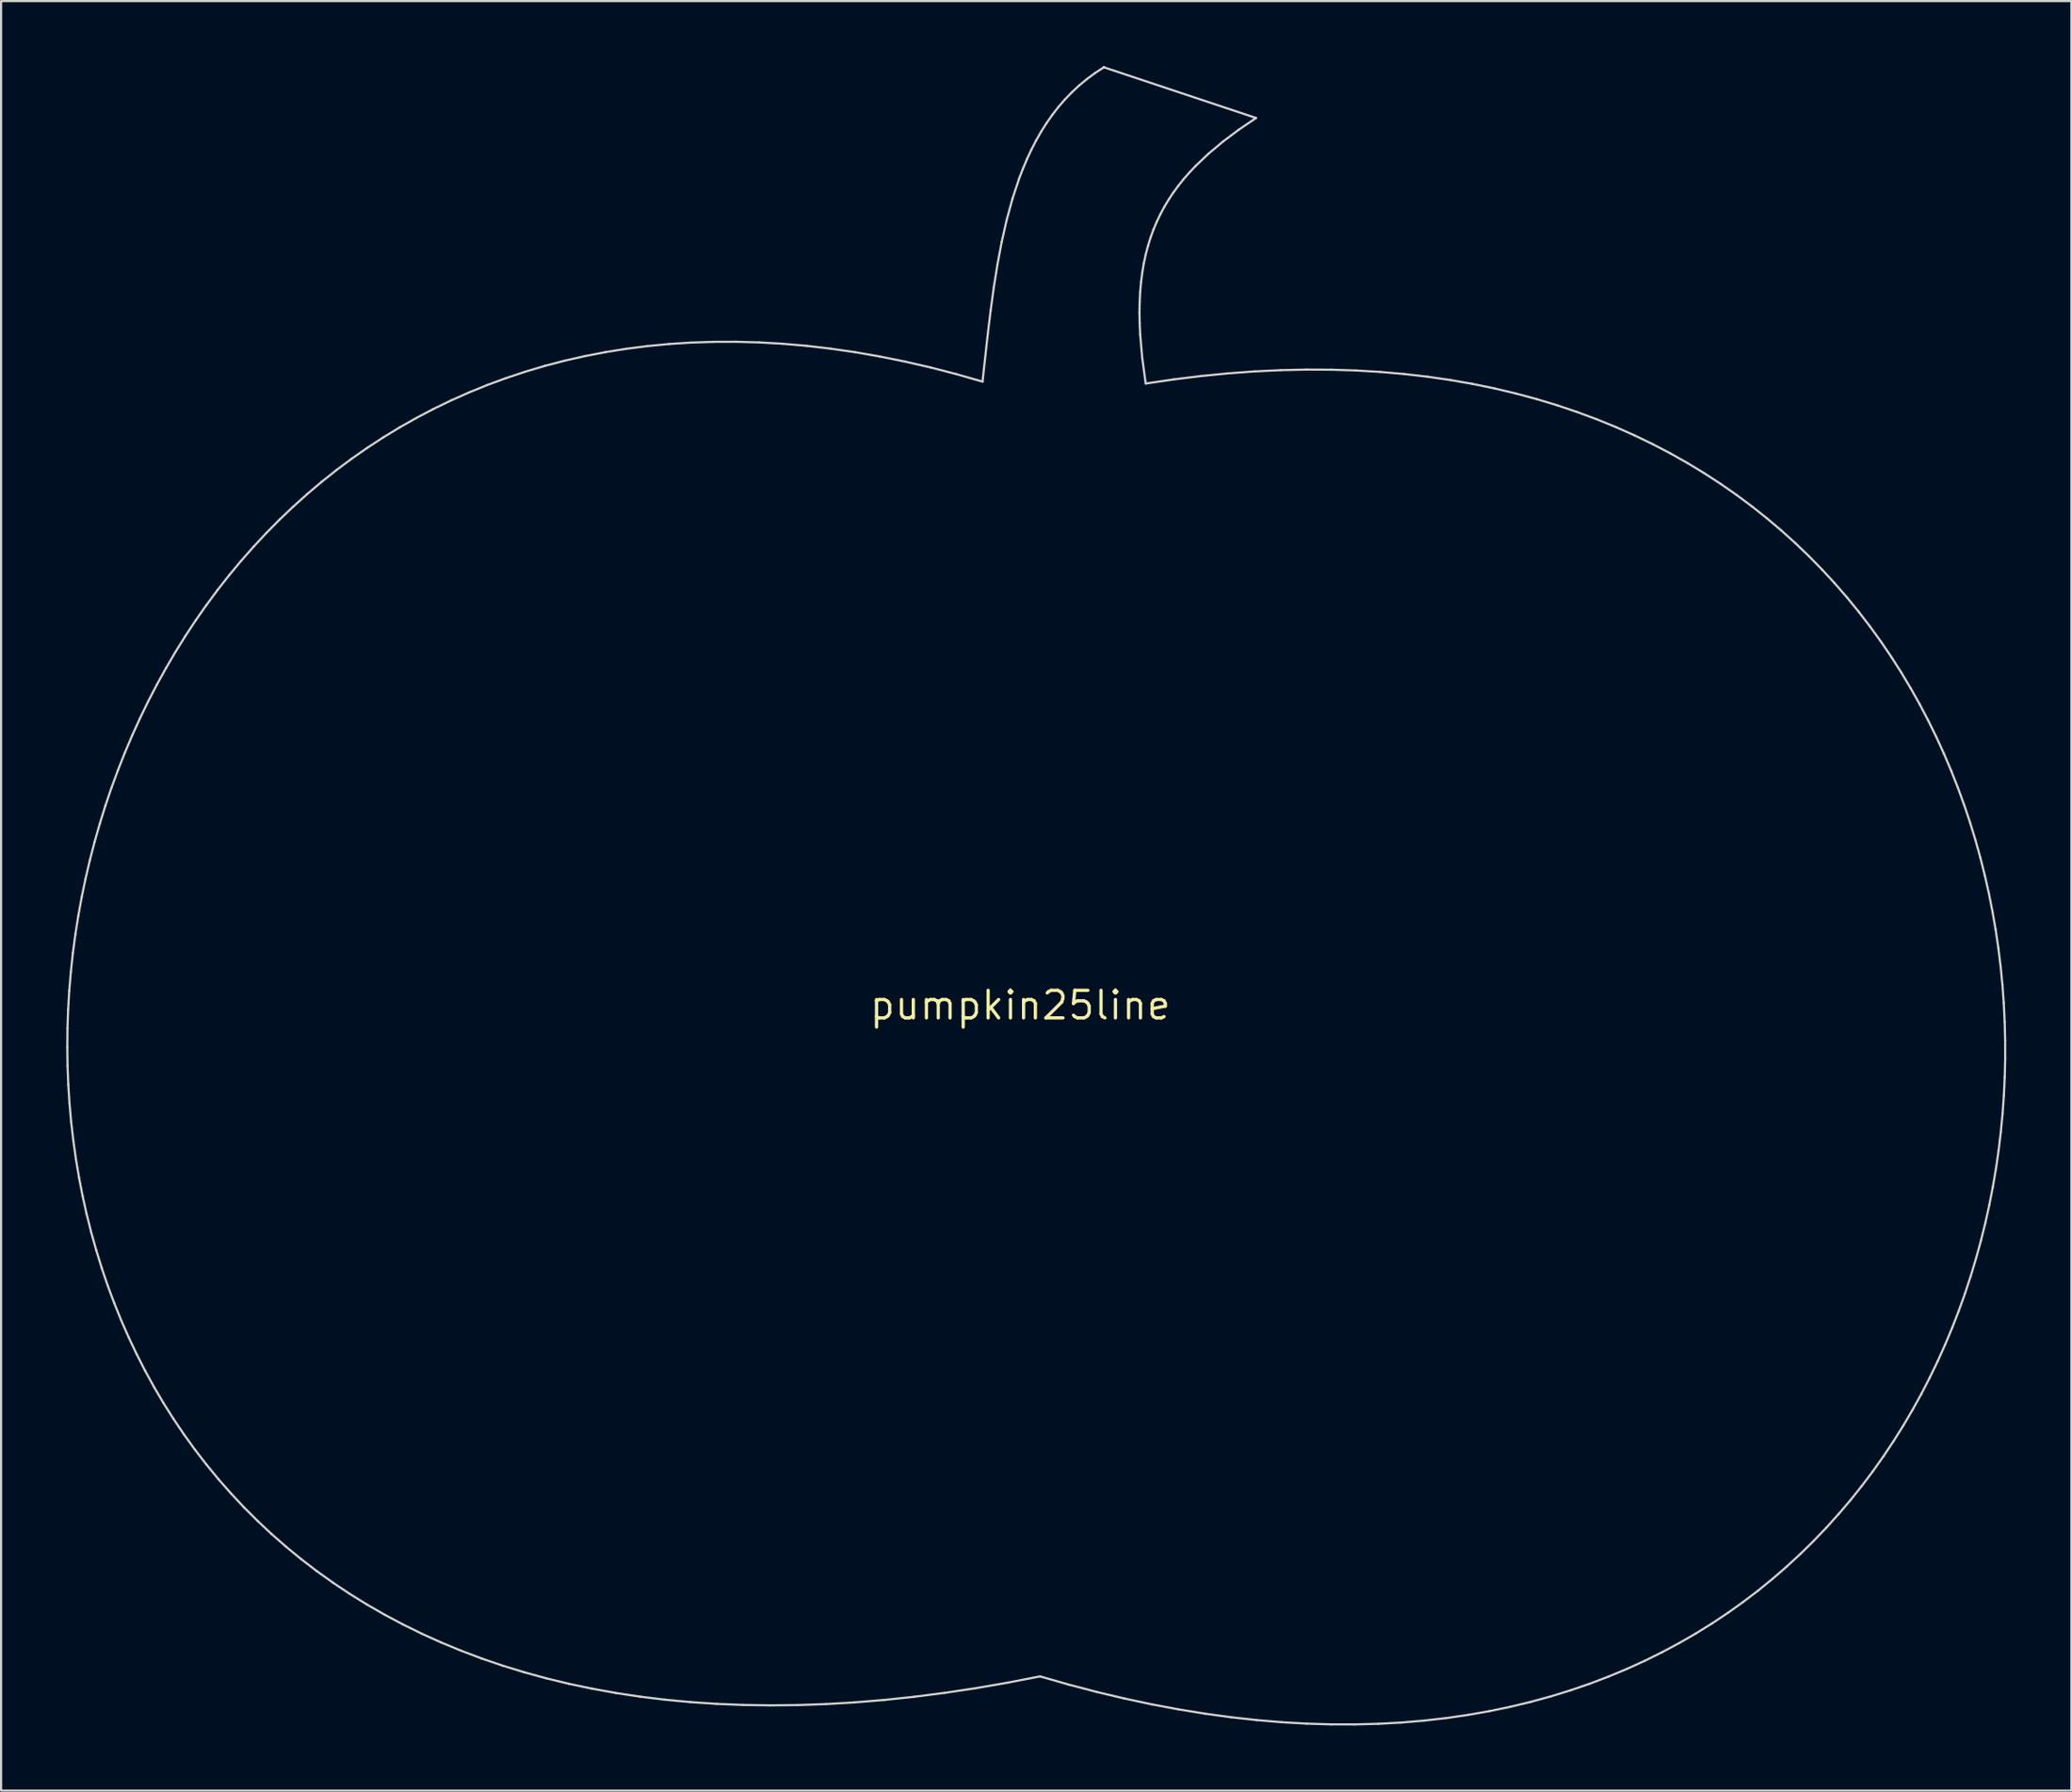
<source format=kicad_pcb>
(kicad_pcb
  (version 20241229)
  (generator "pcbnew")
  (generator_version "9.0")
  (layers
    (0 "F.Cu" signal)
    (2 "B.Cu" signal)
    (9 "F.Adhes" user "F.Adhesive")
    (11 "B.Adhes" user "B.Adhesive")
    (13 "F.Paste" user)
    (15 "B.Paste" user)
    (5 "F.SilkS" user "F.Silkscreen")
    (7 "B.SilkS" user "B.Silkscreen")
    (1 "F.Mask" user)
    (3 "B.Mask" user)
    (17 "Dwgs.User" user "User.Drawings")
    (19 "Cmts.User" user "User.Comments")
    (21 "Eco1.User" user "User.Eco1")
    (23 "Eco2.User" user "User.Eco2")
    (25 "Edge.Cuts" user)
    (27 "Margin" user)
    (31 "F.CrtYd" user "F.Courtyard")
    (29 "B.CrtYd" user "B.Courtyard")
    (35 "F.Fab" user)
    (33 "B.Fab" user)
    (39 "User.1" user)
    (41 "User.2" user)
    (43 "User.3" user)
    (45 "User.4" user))
  (footprint "pumpkin25line"
    (layer "F.Cu")
    (at 43.953 43.276)
    (property "Reference" "pumpkin25line" (at 0 0 0) (layer "F.SilkS") (effects (font (size 1.27 1.27) (thickness 0.15))))
    (attr through_hole)
    (fp_line (start -43.903 1.925) (end -43.891 2.791) (stroke (width 0.1) (type solid)) (layer "Edge.Cuts"))
    (fp_line (start -43.894 1.058) (end -43.903 1.925) (stroke (width 0.1) (type solid)) (layer "Edge.Cuts"))
    (fp_line (start -43.891 2.791) (end -43.857 3.656) (stroke (width 0.1) (type solid)) (layer "Edge.Cuts"))
    (fp_line (start -43.864 0.19) (end -43.894 1.058) (stroke (width 0.1) (type solid)) (layer "Edge.Cuts"))
    (fp_line (start -43.857 3.656) (end -43.801 4.519) (stroke (width 0.1) (type solid)) (layer "Edge.Cuts"))
    (fp_line (start -43.812 -0.676) (end -43.864 0.19) (stroke (width 0.1) (type solid)) (layer "Edge.Cuts"))
    (fp_line (start -43.801 4.519) (end -43.724 5.38) (stroke (width 0.1) (type solid)) (layer "Edge.Cuts"))
    (fp_line (start -43.739 -1.542) (end -43.812 -0.676) (stroke (width 0.1) (type solid)) (layer "Edge.Cuts"))
    (fp_line (start -43.724 5.38) (end -43.625 6.237) (stroke (width 0.1) (type solid)) (layer "Edge.Cuts"))
    (fp_line (start -43.646 -2.406) (end -43.739 -1.542) (stroke (width 0.1) (type solid)) (layer "Edge.Cuts"))
    (fp_line (start -43.625 6.237) (end -43.505 7.091) (stroke (width 0.1) (type solid)) (layer "Edge.Cuts"))
    (fp_line (start -43.531 -3.268) (end -43.646 -2.406) (stroke (width 0.1) (type solid)) (layer "Edge.Cuts"))
    (fp_line (start -43.505 7.091) (end -43.362 7.941) (stroke (width 0.1) (type solid)) (layer "Edge.Cuts"))
    (fp_line (start -43.395 -4.127) (end -43.531 -3.268) (stroke (width 0.1) (type solid)) (layer "Edge.Cuts"))
    (fp_line (start -43.362 7.941) (end -43.198 8.785) (stroke (width 0.1) (type solid)) (layer "Edge.Cuts"))
    (fp_line (start -43.239 -4.983) (end -43.395 -4.127) (stroke (width 0.1) (type solid)) (layer "Edge.Cuts"))
    (fp_line (start -43.198 8.785) (end -43.011 9.625) (stroke (width 0.1) (type solid)) (layer "Edge.Cuts"))
    (fp_line (start -43.062 -5.835) (end -43.239 -4.983) (stroke (width 0.1) (type solid)) (layer "Edge.Cuts"))
    (fp_line (start -43.011 9.625) (end -42.802 10.458) (stroke (width 0.1) (type solid)) (layer "Edge.Cuts"))
    (fp_line (start -42.865 -6.682) (end -43.062 -5.835) (stroke (width 0.1) (type solid)) (layer "Edge.Cuts"))
    (fp_line (start -42.802 10.458) (end -42.57 11.285) (stroke (width 0.1) (type solid)) (layer "Edge.Cuts"))
    (fp_line (start -42.647 -7.524) (end -42.865 -6.682) (stroke (width 0.1) (type solid)) (layer "Edge.Cuts"))
    (fp_line (start -42.57 11.285) (end -42.317 12.104) (stroke (width 0.1) (type solid)) (layer "Edge.Cuts"))
    (fp_line (start -42.408 -8.361) (end -42.647 -7.524) (stroke (width 0.1) (type solid)) (layer "Edge.Cuts"))
    (fp_line (start -42.317 12.104) (end -42.041 12.916) (stroke (width 0.1) (type solid)) (layer "Edge.Cuts"))
    (fp_line (start -42.15 -9.191) (end -42.408 -8.361) (stroke (width 0.1) (type solid)) (layer "Edge.Cuts"))
    (fp_line (start -42.041 12.916) (end -41.742 13.719) (stroke (width 0.1) (type solid)) (layer "Edge.Cuts"))
    (fp_line (start -41.871 -10.014) (end -42.15 -9.191) (stroke (width 0.1) (type solid)) (layer "Edge.Cuts"))
    (fp_line (start -41.742 13.719) (end -41.421 14.514) (stroke (width 0.1) (type solid)) (layer "Edge.Cuts"))
    (fp_line (start -41.571 -10.83) (end -41.871 -10.014) (stroke (width 0.1) (type solid)) (layer "Edge.Cuts"))
    (fp_line (start -41.421 14.514) (end -41.076 15.298) (stroke (width 0.1) (type solid)) (layer "Edge.Cuts"))
    (fp_line (start -41.252 -11.637) (end -41.571 -10.83) (stroke (width 0.1) (type solid)) (layer "Edge.Cuts"))
    (fp_line (start -41.076 15.298) (end -40.709 16.073) (stroke (width 0.1) (type solid)) (layer "Edge.Cuts"))
    (fp_line (start -40.913 -12.436) (end -41.252 -11.637) (stroke (width 0.1) (type solid)) (layer "Edge.Cuts"))
    (fp_line (start -40.709 16.073) (end -40.32 16.837) (stroke (width 0.1) (type solid)) (layer "Edge.Cuts"))
    (fp_line (start -40.554 -13.226) (end -40.913 -12.436) (stroke (width 0.1) (type solid)) (layer "Edge.Cuts"))
    (fp_line (start -40.32 16.837) (end -39.907 17.59) (stroke (width 0.1) (type solid)) (layer "Edge.Cuts"))
    (fp_line (start -40.176 -14.006) (end -40.554 -13.226) (stroke (width 0.1) (type solid)) (layer "Edge.Cuts"))
    (fp_line (start -39.907 17.59) (end -39.471 18.331) (stroke (width 0.1) (type solid)) (layer "Edge.Cuts"))
    (fp_line (start -39.777 -14.775) (end -40.176 -14.006) (stroke (width 0.1) (type solid)) (layer "Edge.Cuts"))
    (fp_line (start -39.471 18.331) (end -39.011 19.059) (stroke (width 0.1) (type solid)) (layer "Edge.Cuts"))
    (fp_line (start -39.359 -15.533) (end -39.777 -14.775) (stroke (width 0.1) (type solid)) (layer "Edge.Cuts"))
    (fp_line (start -39.011 19.059) (end -38.529 19.774) (stroke (width 0.1) (type solid)) (layer "Edge.Cuts"))
    (fp_line (start -38.922 -16.28) (end -39.359 -15.533) (stroke (width 0.1) (type solid)) (layer "Edge.Cuts"))
    (fp_line (start -38.529 19.774) (end -38.023 20.476) (stroke (width 0.1) (type solid)) (layer "Edge.Cuts"))
    (fp_line (start -38.465 -17.015) (end -38.922 -16.28) (stroke (width 0.1) (type solid)) (layer "Edge.Cuts"))
    (fp_line (start -38.023 20.476) (end -37.494 21.163) (stroke (width 0.1) (type solid)) (layer "Edge.Cuts"))
    (fp_line (start -37.989 -17.737) (end -38.465 -17.015) (stroke (width 0.1) (type solid)) (layer "Edge.Cuts"))
    (fp_line (start -37.494 21.163) (end -36.941 21.836) (stroke (width 0.1) (type solid)) (layer "Edge.Cuts"))
    (fp_line (start -37.493 -18.445) (end -37.989 -17.737) (stroke (width 0.1) (type solid)) (layer "Edge.Cuts"))
    (fp_line (start -36.979 -19.14) (end -37.493 -18.445) (stroke (width 0.1) (type solid)) (layer "Edge.Cuts"))
    (fp_line (start -36.941 21.836) (end -36.364 22.493) (stroke (width 0.1) (type solid)) (layer "Edge.Cuts"))
    (fp_line (start -36.445 -19.82) (end -36.979 -19.14) (stroke (width 0.1) (type solid)) (layer "Edge.Cuts"))
    (fp_line (start -36.364 22.493) (end -35.764 23.134) (stroke (width 0.1) (type solid)) (layer "Edge.Cuts"))
    (fp_line (start -35.892 -20.485) (end -36.445 -19.82) (stroke (width 0.1) (type solid)) (layer "Edge.Cuts"))
    (fp_line (start -35.764 23.134) (end -35.139 23.758) (stroke (width 0.1) (type solid)) (layer "Edge.Cuts"))
    (fp_line (start -35.321 -21.134) (end -35.892 -20.485) (stroke (width 0.1) (type solid)) (layer "Edge.Cuts"))
    (fp_line (start -35.139 23.758) (end -34.491 24.366) (stroke (width 0.1) (type solid)) (layer "Edge.Cuts"))
    (fp_line (start -34.731 -21.767) (end -35.321 -21.134) (stroke (width 0.1) (type solid)) (layer "Edge.Cuts"))
    (fp_line (start -34.491 24.366) (end -33.819 24.955) (stroke (width 0.1) (type solid)) (layer "Edge.Cuts"))
    (fp_line (start -34.122 -22.383) (end -34.731 -21.767) (stroke (width 0.1) (type solid)) (layer "Edge.Cuts"))
    (fp_line (start -33.819 24.955) (end -33.123 25.526) (stroke (width 0.1) (type solid)) (layer "Edge.Cuts"))
    (fp_line (start -33.494 -22.981) (end -34.122 -22.383) (stroke (width 0.1) (type solid)) (layer "Edge.Cuts"))
    (fp_line (start -33.123 25.526) (end -32.403 26.079) (stroke (width 0.1) (type solid)) (layer "Edge.Cuts"))
    (fp_line (start -32.848 -23.562) (end -33.494 -22.981) (stroke (width 0.1) (type solid)) (layer "Edge.Cuts"))
    (fp_line (start -32.403 26.079) (end -31.658 26.611) (stroke (width 0.1) (type solid)) (layer "Edge.Cuts"))
    (fp_line (start -32.184 -24.123) (end -32.848 -23.562) (stroke (width 0.1) (type solid)) (layer "Edge.Cuts"))
    (fp_line (start -31.658 26.611) (end -30.889 27.124) (stroke (width 0.1) (type solid)) (layer "Edge.Cuts"))
    (fp_line (start -31.501 -24.666) (end -32.184 -24.123) (stroke (width 0.1) (type solid)) (layer "Edge.Cuts"))
    (fp_line (start -30.889 27.124) (end -30.095 27.616) (stroke (width 0.1) (type solid)) (layer "Edge.Cuts"))
    (fp_line (start -30.8 -25.189) (end -31.501 -24.666) (stroke (width 0.1) (type solid)) (layer "Edge.Cuts"))
    (fp_line (start -30.095 27.616) (end -29.277 28.086) (stroke (width 0.1) (type solid)) (layer "Edge.Cuts"))
    (fp_line (start -30.081 -25.691) (end -30.8 -25.189) (stroke (width 0.1) (type solid)) (layer "Edge.Cuts"))
    (fp_line (start -29.344 -26.172) (end -30.081 -25.691) (stroke (width 0.1) (type solid)) (layer "Edge.Cuts"))
    (fp_line (start -29.277 28.086) (end -28.434 28.535) (stroke (width 0.1) (type solid)) (layer "Edge.Cuts"))
    (fp_line (start -28.589 -26.632) (end -29.344 -26.172) (stroke (width 0.1) (type solid)) (layer "Edge.Cuts"))
    (fp_line (start -28.434 28.535) (end -27.567 28.961) (stroke (width 0.1) (type solid)) (layer "Edge.Cuts"))
    (fp_line (start -27.816 -27.07) (end -28.589 -26.632) (stroke (width 0.1) (type solid)) (layer "Edge.Cuts"))
    (fp_line (start -27.567 28.961) (end -26.674 29.365) (stroke (width 0.1) (type solid)) (layer "Edge.Cuts"))
    (fp_line (start -27.025 -27.485) (end -27.816 -27.07) (stroke (width 0.1) (type solid)) (layer "Edge.Cuts"))
    (fp_line (start -26.674 29.365) (end -25.757 29.744) (stroke (width 0.1) (type solid)) (layer "Edge.Cuts"))
    (fp_line (start -26.216 -27.876) (end -27.025 -27.485) (stroke (width 0.1) (type solid)) (layer "Edge.Cuts"))
    (fp_line (start -25.757 29.744) (end -24.815 30.1) (stroke (width 0.1) (type solid)) (layer "Edge.Cuts"))
    (fp_line (start -25.39 -28.244) (end -26.216 -27.876) (stroke (width 0.1) (type solid)) (layer "Edge.Cuts"))
    (fp_line (start -24.815 30.1) (end -23.848 30.43) (stroke (width 0.1) (type solid)) (layer "Edge.Cuts"))
    (fp_line (start -24.547 -28.587) (end -25.39 -28.244) (stroke (width 0.1) (type solid)) (layer "Edge.Cuts"))
    (fp_line (start -23.848 30.43) (end -22.855 30.735) (stroke (width 0.1) (type solid)) (layer "Edge.Cuts"))
    (fp_line (start -23.686 -28.904) (end -24.547 -28.587) (stroke (width 0.1) (type solid)) (layer "Edge.Cuts"))
    (fp_line (start -22.855 30.735) (end -21.837 31.014) (stroke (width 0.1) (type solid)) (layer "Edge.Cuts"))
    (fp_line (start -22.807 -29.197) (end -23.686 -28.904) (stroke (width 0.1) (type solid)) (layer "Edge.Cuts"))
    (fp_line (start -21.912 -29.463) (end -22.807 -29.197) (stroke (width 0.1) (type solid)) (layer "Edge.Cuts"))
    (fp_line (start -21.837 31.014) (end -20.794 31.267) (stroke (width 0.1) (type solid)) (layer "Edge.Cuts"))
    (fp_line (start -20.999 -29.702) (end -21.912 -29.463) (stroke (width 0.1) (type solid)) (layer "Edge.Cuts"))
    (fp_line (start -20.794 31.267) (end -19.725 31.492) (stroke (width 0.1) (type solid)) (layer "Edge.Cuts"))
    (fp_line (start -20.069 -29.913) (end -20.999 -29.702) (stroke (width 0.1) (type solid)) (layer "Edge.Cuts"))
    (fp_line (start -19.725 31.492) (end -18.631 31.69) (stroke (width 0.1) (type solid)) (layer "Edge.Cuts"))
    (fp_line (start -19.122 -30.097) (end -20.069 -29.913) (stroke (width 0.1) (type solid)) (layer "Edge.Cuts"))
    (fp_line (start -18.631 31.69) (end -17.511 31.859) (stroke (width 0.1) (type solid)) (layer "Edge.Cuts"))
    (fp_line (start -18.159 -30.252) (end -19.122 -30.097) (stroke (width 0.1) (type solid)) (layer "Edge.Cuts"))
    (fp_line (start -17.511 31.859) (end -16.366 32) (stroke (width 0.1) (type solid)) (layer "Edge.Cuts"))
    (fp_line (start -17.178 -30.377) (end -18.159 -30.252) (stroke (width 0.1) (type solid)) (layer "Edge.Cuts"))
    (fp_line (start -16.366 32) (end -15.194 32.11) (stroke (width 0.1) (type solid)) (layer "Edge.Cuts"))
    (fp_line (start -16.181 -30.473) (end -17.178 -30.377) (stroke (width 0.1) (type solid)) (layer "Edge.Cuts"))
    (fp_line (start -15.194 32.11) (end -13.997 32.191) (stroke (width 0.1) (type solid)) (layer "Edge.Cuts"))
    (fp_line (start -15.167 -30.539) (end -16.181 -30.473) (stroke (width 0.1) (type solid)) (layer "Edge.Cuts"))
    (fp_line (start -14.137 -30.573) (end -15.167 -30.539) (stroke (width 0.1) (type solid)) (layer "Edge.Cuts"))
    (fp_line (start -13.997 32.191) (end -12.774 32.241) (stroke (width 0.1) (type solid)) (layer "Edge.Cuts"))
    (fp_line (start -13.091 -30.576) (end -14.137 -30.573) (stroke (width 0.1) (type solid)) (layer "Edge.Cuts"))
    (fp_line (start -12.774 32.241) (end -11.524 32.26) (stroke (width 0.1) (type solid)) (layer "Edge.Cuts"))
    (fp_line (start -12.028 -30.547) (end -13.091 -30.576) (stroke (width 0.1) (type solid)) (layer "Edge.Cuts"))
    (fp_line (start -11.524 32.26) (end -10.249 32.247) (stroke (width 0.1) (type solid)) (layer "Edge.Cuts"))
    (fp_line (start -10.948 -30.485) (end -12.028 -30.547) (stroke (width 0.1) (type solid)) (layer "Edge.Cuts"))
    (fp_line (start -10.249 32.247) (end -8.947 32.201) (stroke (width 0.1) (type solid)) (layer "Edge.Cuts"))
    (fp_line (start -9.853 -30.39) (end -10.948 -30.485) (stroke (width 0.1) (type solid)) (layer "Edge.Cuts"))
    (fp_line (start -8.947 32.201) (end -7.619 32.123) (stroke (width 0.1) (type solid)) (layer "Edge.Cuts"))
    (fp_line (start -8.741 -30.26) (end -9.853 -30.39) (stroke (width 0.1) (type solid)) (layer "Edge.Cuts"))
    (fp_line (start -7.619 32.123) (end -6.264 32.011) (stroke (width 0.1) (type solid)) (layer "Edge.Cuts"))
    (fp_line (start -7.614 -30.097) (end -8.741 -30.26) (stroke (width 0.1) (type solid)) (layer "Edge.Cuts"))
    (fp_line (start -6.47 -29.898) (end -7.614 -30.097) (stroke (width 0.1) (type solid)) (layer "Edge.Cuts"))
    (fp_line (start -6.264 32.011) (end -4.883 31.864) (stroke (width 0.1) (type solid)) (layer "Edge.Cuts"))
    (fp_line (start -5.311 -29.663) (end -6.47 -29.898) (stroke (width 0.1) (type solid)) (layer "Edge.Cuts"))
    (fp_line (start -4.883 31.864) (end -3.475 31.683) (stroke (width 0.1) (type solid)) (layer "Edge.Cuts"))
    (fp_line (start -4.136 -29.393) (end -5.311 -29.663) (stroke (width 0.1) (type solid)) (layer "Edge.Cuts"))
    (fp_line (start -3.475 31.683) (end -2.04 31.467) (stroke (width 0.1) (type solid)) (layer "Edge.Cuts"))
    (fp_line (start -2.946 -29.085) (end -4.136 -29.393) (stroke (width 0.1) (type solid)) (layer "Edge.Cuts"))
    (fp_line (start -2.04 31.467) (end -0.579 31.214) (stroke (width 0.1) (type solid)) (layer "Edge.Cuts"))
    (fp_line (start -1.74 -28.74) (end -2.946 -29.085) (stroke (width 0.1) (type solid)) (layer "Edge.Cuts"))
    (fp_line (start -1.498 -30.932) (end -1.74 -28.74) (stroke (width 0.1) (type solid)) (layer "Edge.Cuts"))
    (fp_line (start -1.366 -32.018) (end -1.498 -30.932) (stroke (width 0.1) (type solid)) (layer "Edge.Cuts"))
    (fp_line (start -1.219 -33.092) (end -1.366 -32.018) (stroke (width 0.1) (type solid)) (layer "Edge.Cuts"))
    (fp_line (start -1.05 -34.149) (end -1.219 -33.092) (stroke (width 0.1) (type solid)) (layer "Edge.Cuts"))
    (fp_line (start -0.855 -35.183) (end -1.05 -34.149) (stroke (width 0.1) (type solid)) (layer "Edge.Cuts"))
    (fp_line (start -0.628 -36.19) (end -0.855 -35.183) (stroke (width 0.1) (type solid)) (layer "Edge.Cuts"))
    (fp_line (start -0.579 31.214) (end 0.909 30.925) (stroke (width 0.1) (type solid)) (layer "Edge.Cuts"))
    (fp_line (start -0.362 -37.164) (end -0.628 -36.19) (stroke (width 0.1) (type solid)) (layer "Edge.Cuts"))
    (fp_line (start -0.051 -38.102) (end -0.362 -37.164) (stroke (width 0.1) (type solid)) (layer "Edge.Cuts"))
    (fp_line (start 0.123 -38.556) (end -0.051 -38.102) (stroke (width 0.1) (type solid)) (layer "Edge.Cuts"))
    (fp_line (start 0.31 -38.999) (end 0.123 -38.556) (stroke (width 0.1) (type solid)) (layer "Edge.Cuts"))
    (fp_line (start 0.51 -39.429) (end 0.31 -38.999) (stroke (width 0.1) (type solid)) (layer "Edge.Cuts"))
    (fp_line (start 0.726 -39.848) (end 0.51 -39.429) (stroke (width 0.1) (type solid)) (layer "Edge.Cuts"))
    (fp_line (start 0.909 30.925) (end 2.225 31.302) (stroke (width 0.1) (type solid)) (layer "Edge.Cuts"))
    (fp_line (start 0.957 -40.254) (end 0.726 -39.848) (stroke (width 0.1) (type solid)) (layer "Edge.Cuts"))
    (fp_line (start 1.204 -40.646) (end 0.957 -40.254) (stroke (width 0.1) (type solid)) (layer "Edge.Cuts"))
    (fp_line (start 1.469 -41.024) (end 1.204 -40.646) (stroke (width 0.1) (type solid)) (layer "Edge.Cuts"))
    (fp_line (start 1.75 -41.388) (end 1.469 -41.024) (stroke (width 0.1) (type solid)) (layer "Edge.Cuts"))
    (fp_line (start 2.05 -41.736) (end 1.75 -41.388) (stroke (width 0.1) (type solid)) (layer "Edge.Cuts"))
    (fp_line (start 2.225 31.302) (end 3.52 31.642) (stroke (width 0.1) (type solid)) (layer "Edge.Cuts"))
    (fp_line (start 2.37 -42.068) (end 2.05 -41.736) (stroke (width 0.1) (type solid)) (layer "Edge.Cuts"))
    (fp_line (start 2.709 -42.384) (end 2.37 -42.068) (stroke (width 0.1) (type solid)) (layer "Edge.Cuts"))
    (fp_line (start 3.068 -42.683) (end 2.709 -42.384) (stroke (width 0.1) (type solid)) (layer "Edge.Cuts"))
    (fp_line (start 3.449 -42.964) (end 3.068 -42.683) (stroke (width 0.1) (type solid)) (layer "Edge.Cuts"))
    (fp_line (start 3.52 31.642) (end 4.797 31.945) (stroke (width 0.1) (type solid)) (layer "Edge.Cuts"))
    (fp_line (start 3.852 -43.226) (end 3.852 -43.226) (stroke (width 0.1) (type solid)) (layer "Edge.Cuts"))
    (fp_line (start 3.852 -43.226) (end 3.449 -42.964) (stroke (width 0.1) (type solid)) (layer "Edge.Cuts"))
    (fp_line (start 3.852 -43.224) (end 3.852 -43.226) (stroke (width 0.1) (type solid)) (layer "Edge.Cuts"))
    (fp_line (start 4.797 31.945) (end 6.054 32.213) (stroke (width 0.1) (type solid)) (layer "Edge.Cuts"))
    (fp_line (start 5.491 -31.928) (end 5.499 -32.411) (stroke (width 0.1) (type solid)) (layer "Edge.Cuts"))
    (fp_line (start 5.499 -31.428) (end 5.491 -31.928) (stroke (width 0.1) (type solid)) (layer "Edge.Cuts"))
    (fp_line (start 5.499 -32.411) (end 5.523 -32.878) (stroke (width 0.1) (type solid)) (layer "Edge.Cuts"))
    (fp_line (start 5.523 -30.91) (end 5.499 -31.428) (stroke (width 0.1) (type solid)) (layer "Edge.Cuts"))
    (fp_line (start 5.523 -32.878) (end 5.563 -33.33) (stroke (width 0.1) (type solid)) (layer "Edge.Cuts"))
    (fp_line (start 5.563 -33.33) (end 5.619 -33.766) (stroke (width 0.1) (type solid)) (layer "Edge.Cuts"))
    (fp_line (start 5.618 -29.82) (end 5.523 -30.91) (stroke (width 0.1) (type solid)) (layer "Edge.Cuts"))
    (fp_line (start 5.619 -33.766) (end 5.69 -34.189) (stroke (width 0.1) (type solid)) (layer "Edge.Cuts"))
    (fp_line (start 5.69 -34.189) (end 5.778 -34.598) (stroke (width 0.1) (type solid)) (layer "Edge.Cuts"))
    (fp_line (start 5.778 -34.598) (end 5.882 -34.993) (stroke (width 0.1) (type solid)) (layer "Edge.Cuts"))
    (fp_line (start 5.778 -28.652) (end 5.618 -29.82) (stroke (width 0.1) (type solid)) (layer "Edge.Cuts"))
    (fp_line (start 5.882 -34.993) (end 6.001 -35.377) (stroke (width 0.1) (type solid)) (layer "Edge.Cuts"))
    (fp_line (start 6.001 -35.377) (end 6.136 -35.748) (stroke (width 0.1) (type solid)) (layer "Edge.Cuts"))
    (fp_line (start 6.054 32.213) (end 7.291 32.446) (stroke (width 0.1) (type solid)) (layer "Edge.Cuts"))
    (fp_line (start 6.136 -35.748) (end 6.288 -36.109) (stroke (width 0.1) (type solid)) (layer "Edge.Cuts"))
    (fp_line (start 6.288 -36.109) (end 6.455 -36.459) (stroke (width 0.1) (type solid)) (layer "Edge.Cuts"))
    (fp_line (start 6.455 -36.459) (end 6.638 -36.799) (stroke (width 0.1) (type solid)) (layer "Edge.Cuts"))
    (fp_line (start 6.638 -36.799) (end 6.837 -37.13) (stroke (width 0.1) (type solid)) (layer "Edge.Cuts"))
    (fp_line (start 6.837 -37.13) (end 7.051 -37.453) (stroke (width 0.1) (type solid)) (layer "Edge.Cuts"))
    (fp_line (start 7.051 -37.453) (end 7.282 -37.767) (stroke (width 0.1) (type solid)) (layer "Edge.Cuts"))
    (fp_line (start 7.065 -28.842) (end 5.778 -28.652) (stroke (width 0.1) (type solid)) (layer "Edge.Cuts"))
    (fp_line (start 7.282 -37.767) (end 7.528 -38.075) (stroke (width 0.1) (type solid)) (layer "Edge.Cuts"))
    (fp_line (start 7.291 32.446) (end 8.51 32.644) (stroke (width 0.1) (type solid)) (layer "Edge.Cuts"))
    (fp_line (start 7.528 -38.075) (end 7.79 -38.375) (stroke (width 0.1) (type solid)) (layer "Edge.Cuts"))
    (fp_line (start 7.79 -38.375) (end 8.068 -38.67) (stroke (width 0.1) (type solid)) (layer "Edge.Cuts"))
    (fp_line (start 8.068 -38.67) (end 8.671 -39.244) (stroke (width 0.1) (type solid)) (layer "Edge.Cuts"))
    (fp_line (start 8.331 -28.998) (end 7.065 -28.842) (stroke (width 0.1) (type solid)) (layer "Edge.Cuts"))
    (fp_line (start 8.51 32.644) (end 9.708 32.808) (stroke (width 0.1) (type solid)) (layer "Edge.Cuts"))
    (fp_line (start 8.671 -39.244) (end 9.337 -39.802) (stroke (width 0.1) (type solid)) (layer "Edge.Cuts"))
    (fp_line (start 9.337 -39.802) (end 10.066 -40.349) (stroke (width 0.1) (type solid)) (layer "Edge.Cuts"))
    (fp_line (start 9.575 -29.12) (end 8.331 -28.998) (stroke (width 0.1) (type solid)) (layer "Edge.Cuts"))
    (fp_line (start 9.708 32.808) (end 10.888 32.939) (stroke (width 0.1) (type solid)) (layer "Edge.Cuts"))
    (fp_line (start 10.066 -40.349) (end 10.858 -40.889) (stroke (width 0.1) (type solid)) (layer "Edge.Cuts"))
    (fp_line (start 10.798 -29.21) (end 9.575 -29.12) (stroke (width 0.1) (type solid)) (layer "Edge.Cuts"))
    (fp_line (start 10.858 -40.889) (end 3.852 -43.224) (stroke (width 0.1) (type solid)) (layer "Edge.Cuts"))
    (fp_line (start 10.888 32.939) (end 12.047 33.037) (stroke (width 0.1) (type solid)) (layer "Edge.Cuts"))
    (fp_line (start 11.999 -29.267) (end 10.798 -29.21) (stroke (width 0.1) (type solid)) (layer "Edge.Cuts"))
    (fp_line (start 12.047 33.037) (end 13.188 33.102) (stroke (width 0.1) (type solid)) (layer "Edge.Cuts"))
    (fp_line (start 13.178 -29.293) (end 11.999 -29.267) (stroke (width 0.1) (type solid)) (layer "Edge.Cuts"))
    (fp_line (start 13.188 33.102) (end 14.309 33.136) (stroke (width 0.1) (type solid)) (layer "Edge.Cuts"))
    (fp_line (start 14.309 33.136) (end 15.41 33.138) (stroke (width 0.1) (type solid)) (layer "Edge.Cuts"))
    (fp_line (start 14.336 -29.288) (end 13.178 -29.293) (stroke (width 0.1) (type solid)) (layer "Edge.Cuts"))
    (fp_line (start 15.41 33.138) (end 16.492 33.11) (stroke (width 0.1) (type solid)) (layer "Edge.Cuts"))
    (fp_line (start 15.473 -29.252) (end 14.336 -29.288) (stroke (width 0.1) (type solid)) (layer "Edge.Cuts"))
    (fp_line (start 16.492 33.11) (end 17.554 33.052) (stroke (width 0.1) (type solid)) (layer "Edge.Cuts"))
    (fp_line (start 16.587 -29.186) (end 15.473 -29.252) (stroke (width 0.1) (type solid)) (layer "Edge.Cuts"))
    (fp_line (start 17.554 33.052) (end 18.596 32.964) (stroke (width 0.1) (type solid)) (layer "Edge.Cuts"))
    (fp_line (start 17.681 -29.091) (end 16.587 -29.186) (stroke (width 0.1) (type solid)) (layer "Edge.Cuts"))
    (fp_line (start 18.596 32.964) (end 19.619 32.847) (stroke (width 0.1) (type solid)) (layer "Edge.Cuts"))
    (fp_line (start 18.753 -28.967) (end 17.681 -29.091) (stroke (width 0.1) (type solid)) (layer "Edge.Cuts"))
    (fp_line (start 19.619 32.847) (end 20.623 32.701) (stroke (width 0.1) (type solid)) (layer "Edge.Cuts"))
    (fp_line (start 19.803 -28.815) (end 18.753 -28.967) (stroke (width 0.1) (type solid)) (layer "Edge.Cuts"))
    (fp_line (start 20.623 32.701) (end 21.606 32.528) (stroke (width 0.1) (type solid)) (layer "Edge.Cuts"))
    (fp_line (start 20.832 -28.635) (end 19.803 -28.815) (stroke (width 0.1) (type solid)) (layer "Edge.Cuts"))
    (fp_line (start 21.606 32.528) (end 22.57 32.328) (stroke (width 0.1) (type solid)) (layer "Edge.Cuts"))
    (fp_line (start 21.84 -28.428) (end 20.832 -28.635) (stroke (width 0.1) (type solid)) (layer "Edge.Cuts"))
    (fp_line (start 22.57 32.328) (end 23.515 32.1) (stroke (width 0.1) (type solid)) (layer "Edge.Cuts"))
    (fp_line (start 22.826 -28.194) (end 21.84 -28.428) (stroke (width 0.1) (type solid)) (layer "Edge.Cuts"))
    (fp_line (start 23.515 32.1) (end 24.439 31.847) (stroke (width 0.1) (type solid)) (layer "Edge.Cuts"))
    (fp_line (start 23.79 -27.934) (end 22.826 -28.194) (stroke (width 0.1) (type solid)) (layer "Edge.Cuts"))
    (fp_line (start 24.439 31.847) (end 25.344 31.568) (stroke (width 0.1) (type solid)) (layer "Edge.Cuts"))
    (fp_line (start 24.734 -27.649) (end 23.79 -27.934) (stroke (width 0.1) (type solid)) (layer "Edge.Cuts"))
    (fp_line (start 25.344 31.568) (end 26.23 31.264) (stroke (width 0.1) (type solid)) (layer "Edge.Cuts"))
    (fp_line (start 25.656 -27.338) (end 24.734 -27.649) (stroke (width 0.1) (type solid)) (layer "Edge.Cuts"))
    (fp_line (start 26.23 31.264) (end 27.095 30.935) (stroke (width 0.1) (type solid)) (layer "Edge.Cuts"))
    (fp_line (start 26.557 -27.004) (end 25.656 -27.338) (stroke (width 0.1) (type solid)) (layer "Edge.Cuts"))
    (fp_line (start 27.095 30.935) (end 27.941 30.583) (stroke (width 0.1) (type solid)) (layer "Edge.Cuts"))
    (fp_line (start 27.436 -26.646) (end 26.557 -27.004) (stroke (width 0.1) (type solid)) (layer "Edge.Cuts"))
    (fp_line (start 27.941 30.583) (end 28.767 30.207) (stroke (width 0.1) (type solid)) (layer "Edge.Cuts"))
    (fp_line (start 28.294 -26.264) (end 27.436 -26.646) (stroke (width 0.1) (type solid)) (layer "Edge.Cuts"))
    (fp_line (start 28.767 30.207) (end 29.573 29.808) (stroke (width 0.1) (type solid)) (layer "Edge.Cuts"))
    (fp_line (start 29.131 -25.86) (end 28.294 -26.264) (stroke (width 0.1) (type solid)) (layer "Edge.Cuts"))
    (fp_line (start 29.573 29.808) (end 30.359 29.387) (stroke (width 0.1) (type solid)) (layer "Edge.Cuts"))
    (fp_line (start 29.947 -25.433) (end 29.131 -25.86) (stroke (width 0.1) (type solid)) (layer "Edge.Cuts"))
    (fp_line (start 30.359 29.387) (end 31.126 28.945) (stroke (width 0.1) (type solid)) (layer "Edge.Cuts"))
    (fp_line (start 30.741 -24.985) (end 29.947 -25.433) (stroke (width 0.1) (type solid)) (layer "Edge.Cuts"))
    (fp_line (start 31.126 28.945) (end 31.872 28.481) (stroke (width 0.1) (type solid)) (layer "Edge.Cuts"))
    (fp_line (start 31.514 -24.516) (end 30.741 -24.985) (stroke (width 0.1) (type solid)) (layer "Edge.Cuts"))
    (fp_line (start 31.872 28.481) (end 32.599 27.997) (stroke (width 0.1) (type solid)) (layer "Edge.Cuts"))
    (fp_line (start 32.266 -24.027) (end 31.514 -24.516) (stroke (width 0.1) (type solid)) (layer "Edge.Cuts"))
    (fp_line (start 32.599 27.997) (end 33.306 27.492) (stroke (width 0.1) (type solid)) (layer "Edge.Cuts"))
    (fp_line (start 32.997 -23.518) (end 32.266 -24.027) (stroke (width 0.1) (type solid)) (layer "Edge.Cuts"))
    (fp_line (start 33.306 27.492) (end 33.993 26.969) (stroke (width 0.1) (type solid)) (layer "Edge.Cuts"))
    (fp_line (start 33.707 -22.989) (end 32.997 -23.518) (stroke (width 0.1) (type solid)) (layer "Edge.Cuts"))
    (fp_line (start 33.993 26.969) (end 34.66 26.426) (stroke (width 0.1) (type solid)) (layer "Edge.Cuts"))
    (fp_line (start 34.395 -22.442) (end 33.707 -22.989) (stroke (width 0.1) (type solid)) (layer "Edge.Cuts"))
    (fp_line (start 34.66 26.426) (end 35.307 25.865) (stroke (width 0.1) (type solid)) (layer "Edge.Cuts"))
    (fp_line (start 35.063 -21.877) (end 34.395 -22.442) (stroke (width 0.1) (type solid)) (layer "Edge.Cuts"))
    (fp_line (start 35.307 25.865) (end 35.934 25.286) (stroke (width 0.1) (type solid)) (layer "Edge.Cuts"))
    (fp_line (start 35.709 -21.294) (end 35.063 -21.877) (stroke (width 0.1) (type solid)) (layer "Edge.Cuts"))
    (fp_line (start 35.934 25.286) (end 36.541 24.69) (stroke (width 0.1) (type solid)) (layer "Edge.Cuts"))
    (fp_line (start 36.334 -20.694) (end 35.709 -21.294) (stroke (width 0.1) (type solid)) (layer "Edge.Cuts"))
    (fp_line (start 36.541 24.69) (end 37.128 24.078) (stroke (width 0.1) (type solid)) (layer "Edge.Cuts"))
    (fp_line (start 36.938 -20.077) (end 36.334 -20.694) (stroke (width 0.1) (type solid)) (layer "Edge.Cuts"))
    (fp_line (start 37.128 24.078) (end 37.695 23.449) (stroke (width 0.1) (type solid)) (layer "Edge.Cuts"))
    (fp_line (start 37.521 -19.445) (end 36.938 -20.077) (stroke (width 0.1) (type solid)) (layer "Edge.Cuts"))
    (fp_line (start 37.695 23.449) (end 38.242 22.805) (stroke (width 0.1) (type solid)) (layer "Edge.Cuts"))
    (fp_line (start 38.083 -18.797) (end 37.521 -19.445) (stroke (width 0.1) (type solid)) (layer "Edge.Cuts"))
    (fp_line (start 38.242 22.805) (end 38.769 22.146) (stroke (width 0.1) (type solid)) (layer "Edge.Cuts"))
    (fp_line (start 38.624 -18.134) (end 38.083 -18.797) (stroke (width 0.1) (type solid)) (layer "Edge.Cuts"))
    (fp_line (start 38.769 22.146) (end 39.276 21.473) (stroke (width 0.1) (type solid)) (layer "Edge.Cuts"))
    (fp_line (start 39.144 -17.457) (end 38.624 -18.134) (stroke (width 0.1) (type solid)) (layer "Edge.Cuts"))
    (fp_line (start 39.276 21.473) (end 39.763 20.785) (stroke (width 0.1) (type solid)) (layer "Edge.Cuts"))
    (fp_line (start 39.643 -16.767) (end 39.144 -17.457) (stroke (width 0.1) (type solid)) (layer "Edge.Cuts"))
    (fp_line (start 39.763 20.785) (end 40.229 20.085) (stroke (width 0.1) (type solid)) (layer "Edge.Cuts"))
    (fp_line (start 40.121 -16.063) (end 39.643 -16.767) (stroke (width 0.1) (type solid)) (layer "Edge.Cuts"))
    (fp_line (start 40.229 20.085) (end 40.676 19.372) (stroke (width 0.1) (type solid)) (layer "Edge.Cuts"))
    (fp_line (start 40.578 -15.347) (end 40.121 -16.063) (stroke (width 0.1) (type solid)) (layer "Edge.Cuts"))
    (fp_line (start 40.676 19.372) (end 41.102 18.646) (stroke (width 0.1) (type solid)) (layer "Edge.Cuts"))
    (fp_line (start 41.014 -14.618) (end 40.578 -15.347) (stroke (width 0.1) (type solid)) (layer "Edge.Cuts"))
    (fp_line (start 41.102 18.646) (end 41.509 17.909) (stroke (width 0.1) (type solid)) (layer "Edge.Cuts"))
    (fp_line (start 41.43 -13.878) (end 41.014 -14.618) (stroke (width 0.1) (type solid)) (layer "Edge.Cuts"))
    (fp_line (start 41.509 17.909) (end 41.895 17.161) (stroke (width 0.1) (type solid)) (layer "Edge.Cuts"))
    (fp_line (start 41.824 -13.128) (end 41.43 -13.878) (stroke (width 0.1) (type solid)) (layer "Edge.Cuts"))
    (fp_line (start 41.895 17.161) (end 42.261 16.403) (stroke (width 0.1) (type solid)) (layer "Edge.Cuts"))
    (fp_line (start 42.198 -12.367) (end 41.824 -13.128) (stroke (width 0.1) (type solid)) (layer "Edge.Cuts"))
    (fp_line (start 42.261 16.403) (end 42.606 15.635) (stroke (width 0.1) (type solid)) (layer "Edge.Cuts"))
    (fp_line (start 42.55 -11.596) (end 42.198 -12.367) (stroke (width 0.1) (type solid)) (layer "Edge.Cuts"))
    (fp_line (start 42.606 15.635) (end 42.932 14.857) (stroke (width 0.1) (type solid)) (layer "Edge.Cuts"))
    (fp_line (start 42.882 -10.816) (end 42.55 -11.596) (stroke (width 0.1) (type solid)) (layer "Edge.Cuts"))
    (fp_line (start 42.932 14.857) (end 43.237 14.071) (stroke (width 0.1) (type solid)) (layer "Edge.Cuts"))
    (fp_line (start 43.193 -10.028) (end 42.882 -10.816) (stroke (width 0.1) (type solid)) (layer "Edge.Cuts"))
    (fp_line (start 43.237 14.071) (end 43.522 13.276) (stroke (width 0.1) (type solid)) (layer "Edge.Cuts"))
    (fp_line (start 43.483 -9.231) (end 43.193 -10.028) (stroke (width 0.1) (type solid)) (layer "Edge.Cuts"))
    (fp_line (start 43.522 13.276) (end 43.786 12.474) (stroke (width 0.1) (type solid)) (layer "Edge.Cuts"))
    (fp_line (start 43.753 -8.427) (end 43.483 -9.231) (stroke (width 0.1) (type solid)) (layer "Edge.Cuts"))
    (fp_line (start 43.786 12.474) (end 44.03 11.664) (stroke (width 0.1) (type solid)) (layer "Edge.Cuts"))
    (fp_line (start 44.001 -7.616) (end 43.753 -8.427) (stroke (width 0.1) (type solid)) (layer "Edge.Cuts"))
    (fp_line (start 44.03 11.664) (end 44.254 10.848) (stroke (width 0.1) (type solid)) (layer "Edge.Cuts"))
    (fp_line (start 44.229 -6.799) (end 44.001 -7.616) (stroke (width 0.1) (type solid)) (layer "Edge.Cuts"))
    (fp_line (start 44.254 10.848) (end 44.458 10.027) (stroke (width 0.1) (type solid)) (layer "Edge.Cuts"))
    (fp_line (start 44.436 -5.975) (end 44.229 -6.799) (stroke (width 0.1) (type solid)) (layer "Edge.Cuts"))
    (fp_line (start 44.458 10.027) (end 44.641 9.199) (stroke (width 0.1) (type solid)) (layer "Edge.Cuts"))
    (fp_line (start 44.623 -5.147) (end 44.436 -5.975) (stroke (width 0.1) (type solid)) (layer "Edge.Cuts"))
    (fp_line (start 44.641 9.199) (end 44.804 8.367) (stroke (width 0.1) (type solid)) (layer "Edge.Cuts"))
    (fp_line (start 44.788 -4.314) (end 44.623 -5.147) (stroke (width 0.1) (type solid)) (layer "Edge.Cuts"))
    (fp_line (start 44.804 8.367) (end 44.947 7.531) (stroke (width 0.1) (type solid)) (layer "Edge.Cuts"))
    (fp_line (start 44.934 -3.476) (end 44.788 -4.314) (stroke (width 0.1) (type solid)) (layer "Edge.Cuts"))
    (fp_line (start 44.947 7.531) (end 45.069 6.691) (stroke (width 0.1) (type solid)) (layer "Edge.Cuts"))
    (fp_line (start 45.058 -2.635) (end 44.934 -3.476) (stroke (width 0.1) (type solid)) (layer "Edge.Cuts"))
    (fp_line (start 45.069 6.691) (end 45.17 5.847) (stroke (width 0.1) (type solid)) (layer "Edge.Cuts"))
    (fp_line (start 45.162 -1.791) (end 45.058 -2.635) (stroke (width 0.1) (type solid)) (layer "Edge.Cuts"))
    (fp_line (start 45.17 5.847) (end 45.251 5.002) (stroke (width 0.1) (type solid)) (layer "Edge.Cuts"))
    (fp_line (start 45.245 -0.945) (end 45.162 -1.791) (stroke (width 0.1) (type solid)) (layer "Edge.Cuts"))
    (fp_line (start 45.251 5.002) (end 45.312 4.154) (stroke (width 0.1) (type solid)) (layer "Edge.Cuts"))
    (fp_line (start 45.307 -0.097) (end 45.245 -0.945) (stroke (width 0.1) (type solid)) (layer "Edge.Cuts"))
    (fp_line (start 45.312 4.154) (end 45.352 3.304) (stroke (width 0.1) (type solid)) (layer "Edge.Cuts"))
    (fp_line (start 45.349 0.753) (end 45.307 -0.097) (stroke (width 0.1) (type solid)) (layer "Edge.Cuts"))
    (fp_line (start 45.352 3.304) (end 45.372 2.454) (stroke (width 0.1) (type solid)) (layer "Edge.Cuts"))
    (fp_line (start 45.371 1.603) (end 45.349 0.753) (stroke (width 0.1) (type solid)) (layer "Edge.Cuts"))
    (fp_line (start 45.372 2.454) (end 45.371 1.603) (stroke (width 0.1) (type solid)) (layer "Edge.Cuts")))
  (gr_rect
    (start -3 -3)
    (end 92.375 79.464)
    (stroke (width 0.1) (type default))
    (fill no)
    (layer "Edge.Cuts")))
</source>
